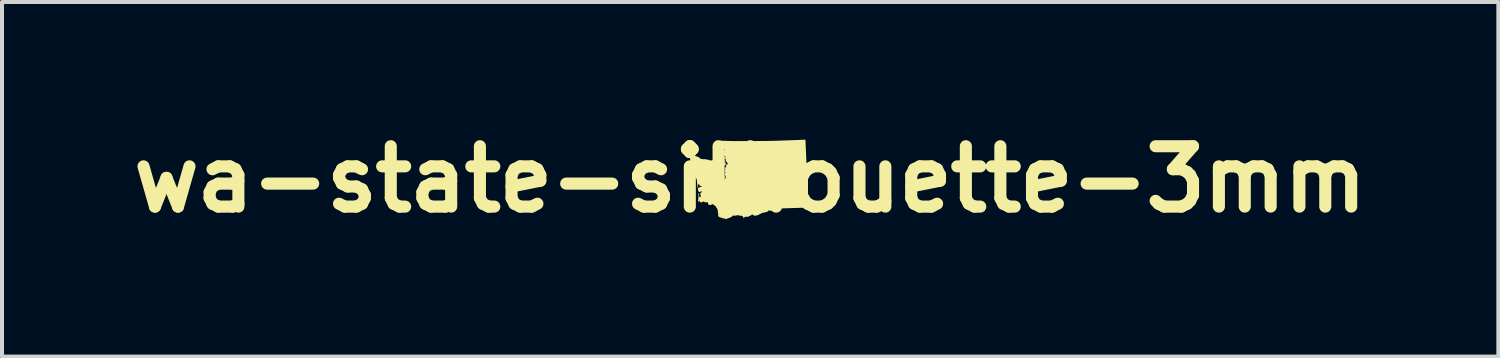
<source format=kicad_pcb>
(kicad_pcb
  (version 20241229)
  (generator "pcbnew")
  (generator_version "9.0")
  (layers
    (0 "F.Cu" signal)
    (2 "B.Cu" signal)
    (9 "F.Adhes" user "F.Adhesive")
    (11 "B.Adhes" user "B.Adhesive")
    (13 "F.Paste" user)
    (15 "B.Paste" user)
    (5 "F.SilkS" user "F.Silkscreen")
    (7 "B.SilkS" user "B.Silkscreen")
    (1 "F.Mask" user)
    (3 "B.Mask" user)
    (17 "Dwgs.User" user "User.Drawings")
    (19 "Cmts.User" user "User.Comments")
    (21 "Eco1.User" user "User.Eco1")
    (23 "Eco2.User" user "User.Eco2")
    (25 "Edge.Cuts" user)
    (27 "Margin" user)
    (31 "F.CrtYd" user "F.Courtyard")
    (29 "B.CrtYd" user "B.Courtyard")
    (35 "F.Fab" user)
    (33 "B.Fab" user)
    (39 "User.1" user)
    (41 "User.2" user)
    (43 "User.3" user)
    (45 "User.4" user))
  (footprint "wa-state-silhouette-3mm"
    (layer "F.Cu")
    (at 15.586 1.404)
    (property "Reference" "wa-state-silhouette-3mm" (at 0 0 0) (layer "F.SilkS") (effects (font (size 1.5 1.5) (thickness 0.3))))
    (attr board_only exclude_from_pos_files exclude_from_bom)
    (fp_poly (pts (xy -0.883 0.654) (xy -0.885 0.656) (xy -0.887 0.654) (xy -0.885 0.653)) (stroke (width 0) (type solid)) (fill yes) (layer "F.SilkS"))
    (fp_poly (pts (xy -0.847 0.687) (xy -0.849 0.689) (xy -0.851 0.687) (xy -0.849 0.685)) (stroke (width 0) (type solid)) (fill yes) (layer "F.SilkS"))
    (fp_poly (pts (xy -0.732 -0.59) (xy -0.734 -0.588) (xy -0.736 -0.59) (xy -0.734 -0.591)) (stroke (width 0) (type solid)) (fill yes) (layer "F.SilkS"))
    (fp_poly (pts (xy -0.692 -0.73) (xy -0.694 -0.728) (xy -0.696 -0.73) (xy -0.694 -0.732)) (stroke (width 0) (type solid)) (fill yes) (layer "F.SilkS"))
    (fp_poly (pts (xy -0.689 -0.81) (xy -0.691 -0.808) (xy -0.692 -0.81) (xy -0.691 -0.811)) (stroke (width 0) (type solid)) (fill yes) (layer "F.SilkS"))
    (fp_poly (pts (xy -0.674 -0.6) (xy -0.676 -0.599) (xy -0.678 -0.6) (xy -0.676 -0.602)) (stroke (width 0) (type solid)) (fill yes) (layer "F.SilkS"))
    (fp_poly (pts (xy -0.66 -0.68) (xy -0.662 -0.678) (xy -0.663 -0.68) (xy -0.662 -0.682)) (stroke (width 0) (type solid)) (fill yes) (layer "F.SilkS"))
    (fp_poly (pts (xy -0.642 -0.719) (xy -0.644 -0.718) (xy -0.645 -0.719) (xy -0.644 -0.721)) (stroke (width 0) (type solid)) (fill yes) (layer "F.SilkS"))
    (fp_poly (pts (xy -0.595 -0.406) (xy -0.592 -0.403) (xy -0.588 -0.397) (xy -0.59 -0.395) (xy -0.594 -0.396) (xy -0.598 -0.4) (xy -0.599 -0.403) (xy -0.598 -0.407)) (stroke (width 0) (type solid)) (fill yes) (layer "F.SilkS"))
    (fp_poly (pts (xy -0.716 -0.747) (xy -0.714 -0.743) (xy -0.713 -0.737) (xy -0.716 -0.736) (xy -0.724 -0.739) (xy -0.726 -0.74) (xy -0.731 -0.743) (xy -0.729 -0.746) (xy -0.728 -0.747) (xy -0.721 -0.75)) (stroke (width 0) (type solid)) (fill yes) (layer "F.SilkS"))
    (fp_poly (pts (xy -0.852 -0.96) (xy -0.842 -0.956) (xy -0.837 -0.949) (xy -0.837 -0.947) (xy -0.84 -0.946) (xy -0.848 -0.945) (xy -0.849 -0.945) (xy -0.858 -0.945) (xy -0.861 -0.948) (xy -0.862 -0.953) (xy -0.861 -0.959) (xy -0.856 -0.961)) (stroke (width 0) (type solid)) (fill yes) (layer "F.SilkS"))
    (fp_poly (pts (xy -0.843 -0.803) (xy -0.84 -0.797) (xy -0.84 -0.796) (xy -0.842 -0.787) (xy -0.847 -0.78) (xy -0.852 -0.779) (xy -0.854 -0.782) (xy -0.855 -0.784) (xy -0.857 -0.789) (xy -0.86 -0.79) (xy -0.865 -0.791) (xy -0.863 -0.795) (xy -0.859 -0.799) (xy -0.85 -0.804)) (stroke (width 0) (type solid)) (fill yes) (layer "F.SilkS"))
    (fp_poly (pts (xy -0.73 -0.736) (xy -0.725 -0.729) (xy -0.722 -0.722) (xy -0.719 -0.713) (xy -0.721 -0.707) (xy -0.727 -0.701) (xy -0.734 -0.701) (xy -0.741 -0.707) (xy -0.742 -0.709) (xy -0.746 -0.72) (xy -0.745 -0.727) (xy -0.74 -0.733) (xy -0.74 -0.733) (xy -0.735 -0.737)) (stroke (width 0) (type solid)) (fill yes) (layer "F.SilkS"))
    (fp_poly (pts (xy -0.921 -0.789) (xy -0.912 -0.786) (xy -0.902 -0.781) (xy -0.893 -0.774) (xy -0.887 -0.768) (xy -0.881 -0.759) (xy -0.88 -0.754) (xy -0.884 -0.754) (xy -0.893 -0.758) (xy -0.907 -0.767) (xy -0.908 -0.768) (xy -0.919 -0.775) (xy -0.927 -0.782) (xy -0.93 -0.786) (xy -0.93 -0.786) (xy -0.928 -0.789)) (stroke (width 0) (type solid)) (fill yes) (layer "F.SilkS"))
    (fp_poly (pts (xy -0.708 -0.727) (xy -0.703 -0.721) (xy -0.696 -0.714) (xy -0.689 -0.706) (xy -0.684 -0.699) (xy -0.682 -0.694) (xy -0.682 -0.694) (xy -0.683 -0.69) (xy -0.686 -0.692) (xy -0.694 -0.694) (xy -0.701 -0.693) (xy -0.708 -0.691) (xy -0.712 -0.692) (xy -0.712 -0.696) (xy -0.712 -0.705) (xy -0.712 -0.715) (xy -0.711 -0.724) (xy -0.711 -0.727)) (stroke (width 0) (type solid)) (fill yes) (layer "F.SilkS"))
    (fp_poly (pts (xy -0.719 -0.807) (xy -0.716 -0.801) (xy -0.708 -0.79) (xy -0.699 -0.779) (xy -0.699 -0.779) (xy -0.692 -0.77) (xy -0.689 -0.763) (xy -0.69 -0.758) (xy -0.692 -0.757) (xy -0.697 -0.76) (xy -0.704 -0.765) (xy -0.705 -0.767) (xy -0.713 -0.776) (xy -0.718 -0.786) (xy -0.718 -0.787) (xy -0.722 -0.794) (xy -0.727 -0.797) (xy -0.731 -0.8) (xy -0.731 -0.806) (xy -0.729 -0.813) (xy -0.725 -0.814)) (stroke (width 0) (type solid)) (fill yes) (layer "F.SilkS"))
    (fp_poly (pts (xy -0.797 -0.799) (xy -0.787 -0.795) (xy -0.773 -0.787) (xy -0.755 -0.775) (xy -0.742 -0.767) (xy -0.755 -0.756) (xy -0.764 -0.746) (xy -0.766 -0.736) (xy -0.762 -0.724) (xy -0.76 -0.72) (xy -0.756 -0.712) (xy -0.756 -0.706) (xy -0.757 -0.705) (xy -0.76 -0.697) (xy -0.76 -0.692) (xy -0.76 -0.683) (xy -0.767 -0.674) (xy -0.767 -0.673) (xy -0.773 -0.666) (xy -0.775 -0.66) (xy -0.773 -0.652) (xy -0.772 -0.651) (xy -0.769 -0.642) (xy -0.768 -0.637) (xy -0.769 -0.637) (xy -0.773 -0.635) (xy -0.781 -0.634) (xy -0.786 -0.633) (xy -0.797 -0.632) (xy -0.802 -0.633) (xy -0.805 -0.636) (xy -0.805 -0.638) (xy -0.809 -0.644) (xy -0.812 -0.645) (xy -0.815 -0.646) (xy -0.816 -0.65) (xy -0.816 -0.655) (xy -0.82 -0.654) (xy -0.822 -0.653) (xy -0.831 -0.651) (xy -0.844 -0.654) (xy -0.859 -0.66) (xy -0.874 -0.668) (xy -0.883 -0.674) (xy -0.889 -0.677) (xy -0.89 -0.678) (xy -0.894 -0.681) (xy -0.898 -0.688) (xy -0.902 -0.696) (xy -0.904 -0.702) (xy -0.903 -0.703) (xy -0.904 -0.708) (xy -0.905 -0.709) (xy -0.908 -0.714) (xy -0.909 -0.719) (xy -0.91 -0.726) (xy -0.913 -0.729) (xy -0.915 -0.733) (xy -0.915 -0.74) (xy -0.911 -0.747) (xy -0.906 -0.751) (xy -0.906 -0.751) (xy -0.896 -0.751) (xy -0.886 -0.75) (xy -0.879 -0.747) (xy -0.876 -0.744) (xy -0.874 -0.739) (xy -0.867 -0.731) (xy -0.859 -0.723) (xy -0.851 -0.717) (xy -0.845 -0.715) (xy -0.845 -0.715) (xy -0.84 -0.718) (xy -0.841 -0.721) (xy -0.848 -0.724) (xy -0.853 -0.727) (xy -0.853 -0.731) (xy -0.854 -0.737) (xy -0.857 -0.741) (xy -0.859 -0.743) (xy -0.86 -0.745) (xy -0.86 -0.748) (xy -0.856 -0.752) (xy -0.849 -0.76) (xy -0.839 -0.771) (xy -0.829 -0.782) (xy -0.82 -0.791) (xy -0.813 -0.797) (xy -0.805 -0.8)) (stroke (width 0) (type solid)) (fill yes) (layer "F.SilkS"))
    (fp_poly (pts (xy 1.372 -0.975) (xy 1.372 -0.968) (xy 1.373 -0.955) (xy 1.374 -0.938) (xy 1.375 -0.919) (xy 1.376 -0.91) (xy 1.376 -0.893) (xy 1.377 -0.869) (xy 1.378 -0.842) (xy 1.38 -0.811) (xy 1.381 -0.779) (xy 1.383 -0.748) (xy 1.383 -0.741) (xy 1.384 -0.706) (xy 1.386 -0.667) (xy 1.388 -0.626) (xy 1.389 -0.586) (xy 1.391 -0.549) (xy 1.392 -0.521) (xy 1.393 -0.491) (xy 1.395 -0.456) (xy 1.396 -0.417) (xy 1.398 -0.377) (xy 1.4 -0.336) (xy 1.402 -0.298) (xy 1.403 -0.281) (xy 1.405 -0.248) (xy 1.407 -0.209) (xy 1.409 -0.167) (xy 1.411 -0.121) (xy 1.413 -0.075) (xy 1.416 -0.03) (xy 1.418 0.014) (xy 1.419 0.034) (xy 1.421 0.075) (xy 1.423 0.117) (xy 1.425 0.159) (xy 1.427 0.201) (xy 1.429 0.241) (xy 1.431 0.277) (xy 1.433 0.308) (xy 1.434 0.325) (xy 1.436 0.363) (xy 1.437 0.395) (xy 1.438 0.421) (xy 1.439 0.442) (xy 1.439 0.458) (xy 1.44 0.47) (xy 1.439 0.479) (xy 1.439 0.485) (xy 1.438 0.488) (xy 1.436 0.491) (xy 1.436 0.491) (xy 1.432 0.497) (xy 1.434 0.502) (xy 1.441 0.505) (xy 1.448 0.51) (xy 1.45 0.515) (xy 1.453 0.522) (xy 1.457 0.525) (xy 1.463 0.53) (xy 1.464 0.536) (xy 1.465 0.542) (xy 1.467 0.544) (xy 1.471 0.548) (xy 1.475 0.555) (xy 1.477 0.565) (xy 1.477 0.573) (xy 1.477 0.574) (xy 1.478 0.583) (xy 1.484 0.592) (xy 1.494 0.602) (xy 1.487 0.621) (xy 1.482 0.632) (xy 1.477 0.641) (xy 1.475 0.644) (xy 1.472 0.648) (xy 1.475 0.65) (xy 1.477 0.651) (xy 1.484 0.656) (xy 1.49 0.666) (xy 1.496 0.683) (xy 1.498 0.691) (xy 1.499 0.696) (xy 1.498 0.698) (xy 1.492 0.699) (xy 1.482 0.7) (xy 1.476 0.7) (xy 1.465 0.7) (xy 1.447 0.7) (xy 1.427 0.701) (xy 1.403 0.702) (xy 1.379 0.703) (xy 1.345 0.705) (xy 1.305 0.706) (xy 1.26 0.708) (xy 1.213 0.71) (xy 1.163 0.711) (xy 1.112 0.713) (xy 1.063 0.714) (xy 1.015 0.716) (xy 1.008 0.716) (xy 0.982 0.716) (xy 0.956 0.717) (xy 0.932 0.718) (xy 0.912 0.719) (xy 0.897 0.719) (xy 0.892 0.719) (xy 0.88 0.72) (xy 0.863 0.721) (xy 0.841 0.721) (xy 0.816 0.722) (xy 0.79 0.723) (xy 0.777 0.723) (xy 0.75 0.724) (xy 0.728 0.725) (xy 0.713 0.726) (xy 0.701 0.726) (xy 0.694 0.728) (xy 0.689 0.729) (xy 0.686 0.731) (xy 0.685 0.732) (xy 0.679 0.737) (xy 0.67 0.744) (xy 0.659 0.752) (xy 0.65 0.757) (xy 0.644 0.761) (xy 0.637 0.763) (xy 0.629 0.765) (xy 0.618 0.765) (xy 0.603 0.765) (xy 0.582 0.765) (xy 0.58 0.764) (xy 0.567 0.765) (xy 0.557 0.766) (xy 0.552 0.768) (xy 0.545 0.771) (xy 0.533 0.773) (xy 0.524 0.775) (xy 0.51 0.778) (xy 0.498 0.78) (xy 0.492 0.781) (xy 0.477 0.78) (xy 0.469 0.777) (xy 0.459 0.774) (xy 0.451 0.775) (xy 0.443 0.782) (xy 0.434 0.795) (xy 0.428 0.803) (xy 0.423 0.808) (xy 0.416 0.811) (xy 0.405 0.814) (xy 0.399 0.815) (xy 0.381 0.818) (xy 0.362 0.821) (xy 0.35 0.824) (xy 0.336 0.827) (xy 0.325 0.829) (xy 0.319 0.829) (xy 0.312 0.831) (xy 0.301 0.835) (xy 0.289 0.841) (xy 0.288 0.842) (xy 0.274 0.848) (xy 0.261 0.854) (xy 0.251 0.857) (xy 0.237 0.862) (xy 0.224 0.872) (xy 0.216 0.879) (xy 0.208 0.884) (xy 0.196 0.888) (xy 0.18 0.893) (xy 0.179 0.893) (xy 0.161 0.897) (xy 0.142 0.901) (xy 0.126 0.903) (xy 0.123 0.904) (xy 0.099 0.906) (xy 0.084 0.891) (xy 0.07 0.88) (xy 0.056 0.876) (xy 0.043 0.879) (xy 0.032 0.886) (xy 0.021 0.894) (xy 0.011 0.9) (xy 0.009 0.901) (xy -0.012 0.908) (xy -0.027 0.915) (xy -0.038 0.92) (xy -0.046 0.925) (xy -0.051 0.929) (xy -0.058 0.935) (xy -0.063 0.936) (xy -0.069 0.934) (xy -0.069 0.933) (xy -0.078 0.931) (xy -0.091 0.929) (xy -0.106 0.93) (xy -0.121 0.932) (xy -0.132 0.935) (xy -0.138 0.938) (xy -0.143 0.944) (xy -0.144 0.948) (xy -0.147 0.951) (xy -0.155 0.953) (xy -0.164 0.955) (xy -0.171 0.955) (xy -0.173 0.954) (xy -0.176 0.949) (xy -0.177 0.94) (xy -0.177 0.94) (xy -0.179 0.928) (xy -0.184 0.92) (xy -0.191 0.916) (xy -0.192 0.916) (xy -0.198 0.914) (xy -0.207 0.91) (xy -0.211 0.908) (xy -0.221 0.904) (xy -0.231 0.902) (xy -0.244 0.903) (xy -0.248 0.903) (xy -0.262 0.904) (xy -0.272 0.903) (xy -0.282 0.899) (xy -0.288 0.896) (xy -0.305 0.887) (xy -0.325 0.894) (xy -0.346 0.9) (xy -0.368 0.903) (xy -0.388 0.904) (xy -0.404 0.902) (xy -0.42 0.9) (xy -0.435 0.905) (xy -0.447 0.915) (xy -0.45 0.919) (xy -0.456 0.928) (xy -0.463 0.932) (xy -0.463 0.933) (xy -0.472 0.937) (xy -0.476 0.939) (xy -0.483 0.943) (xy -0.493 0.947) (xy -0.496 0.948) (xy -0.508 0.952) (xy -0.52 0.958) (xy -0.521 0.959) (xy -0.534 0.965) (xy -0.547 0.966) (xy -0.557 0.967) (xy -0.563 0.969) (xy -0.564 0.97) (xy -0.57 0.975) (xy -0.58 0.98) (xy -0.591 0.985) (xy -0.6 0.988) (xy -0.603 0.988) (xy -0.613 0.986) (xy -0.619 0.985) (xy -0.627 0.979) (xy -0.631 0.976) (xy -0.636 0.972) (xy -0.643 0.971) (xy -0.653 0.972) (xy -0.666 0.973) (xy -0.675 0.971) (xy -0.675 0.971) (xy -0.683 0.966) (xy -0.695 0.961) (xy -0.708 0.956) (xy -0.722 0.952) (xy -0.733 0.95) (xy -0.738 0.949) (xy -0.745 0.949) (xy -0.746 0.948) (xy -0.749 0.945) (xy -0.751 0.945) (xy -0.756 0.943) (xy -0.765 0.938) (xy -0.776 0.931) (xy -0.786 0.924) (xy -0.793 0.919) (xy -0.795 0.915) (xy -0.796 0.908) (xy -0.796 0.895) (xy -0.795 0.883) (xy -0.794 0.866) (xy -0.794 0.855) (xy -0.796 0.848) (xy -0.797 0.845) (xy -0.8 0.838) (xy -0.802 0.826) (xy -0.803 0.817) (xy -0.805 0.781) (xy -0.812 0.752) (xy -0.821 0.728) (xy -0.827 0.716) (xy -0.832 0.704) (xy -0.835 0.697) (xy -0.839 0.687) (xy -0.846 0.679) (xy -0.855 0.673) (xy -0.865 0.665) (xy -0.871 0.66) (xy -0.892 0.644) (xy -0.908 0.632) (xy -0.92 0.624) (xy -0.93 0.62) (xy -0.938 0.618) (xy -0.945 0.619) (xy -0.946 0.619) (xy -0.953 0.623) (xy -0.956 0.627) (xy -0.956 0.627) (xy -0.958 0.63) (xy -0.959 0.629) (xy -0.964 0.629) (xy -0.973 0.633) (xy -0.975 0.634) (xy -0.984 0.638) (xy -0.995 0.64) (xy -1.006 0.639) (xy -1.025 0.635) (xy -1.037 0.627) (xy -1.044 0.615) (xy -1.046 0.603) (xy -1.047 0.59) (xy -1.053 0.58) (xy -1.056 0.576) (xy -1.063 0.569) (xy -1.068 0.567) (xy -1.074 0.568) (xy -1.075 0.569) (xy -1.084 0.571) (xy -1.097 0.572) (xy -1.112 0.571) (xy -1.126 0.57) (xy -1.135 0.568) (xy -1.142 0.563) (xy -1.143 0.557) (xy -1.145 0.55) (xy -1.148 0.547) (xy -1.153 0.547) (xy -1.154 0.548) (xy -1.157 0.552) (xy -1.163 0.557) (xy -1.163 0.557) (xy -1.172 0.561) (xy -1.181 0.56) (xy -1.186 0.558) (xy -1.193 0.561) (xy -1.202 0.568) (xy -1.202 0.568) (xy -1.214 0.576) (xy -1.223 0.578) (xy -1.224 0.578) (xy -1.231 0.575) (xy -1.239 0.57) (xy -1.244 0.565) (xy -1.246 0.562) (xy -1.246 0.562) (xy -1.247 0.558) (xy -1.249 0.555) (xy -1.254 0.55) (xy -1.255 0.546) (xy -1.258 0.542) (xy -1.264 0.538) (xy -1.27 0.536) (xy -1.274 0.539) (xy -1.276 0.544) (xy -1.282 0.552) (xy -1.289 0.557) (xy -1.295 0.558) (xy -1.298 0.557) (xy -1.298 0.553) (xy -1.296 0.544) (xy -1.295 0.538) (xy -1.292 0.522) (xy -1.289 0.501) (xy -1.287 0.476) (xy -1.285 0.45) (xy -1.285 0.424) (xy -1.285 0.401) (xy -1.285 0.396) (xy -1.286 0.376) (xy -1.286 0.361) (xy -1.285 0.352) (xy -1.282 0.348) (xy -1.278 0.346) (xy -1.278 0.346) (xy -1.273 0.349) (xy -1.271 0.354) (xy -1.273 0.359) (xy -1.273 0.359) (xy -1.274 0.363) (xy -1.271 0.372) (xy -1.271 0.372) (xy -1.268 0.379) (xy -1.267 0.388) (xy -1.267 0.401) (xy -1.268 0.416) (xy -1.269 0.432) (xy -1.269 0.443) (xy -1.268 0.448) (xy -1.266 0.45) (xy -1.264 0.451) (xy -1.26 0.449) (xy -1.259 0.448) (xy -1.259 0.438) (xy -1.257 0.432) (xy -1.254 0.43) (xy -1.251 0.433) (xy -1.249 0.436) (xy -1.247 0.442) (xy -1.244 0.442) (xy -1.239 0.437) (xy -1.232 0.429) (xy -1.225 0.416) (xy -1.223 0.407) (xy -1.226 0.402) (xy -1.226 0.402) (xy -1.229 0.397) (xy -1.23 0.393) (xy -1.232 0.385) (xy -1.237 0.38) (xy -1.242 0.371) (xy -1.244 0.364) (xy -1.241 0.354) (xy -1.237 0.35) (xy -1.231 0.344) (xy -1.23 0.339) (xy -1.227 0.332) (xy -1.223 0.329) (xy -1.216 0.325) (xy -1.207 0.32) (xy -1.207 0.32) (xy -1.197 0.313) (xy -1.206 0.304) (xy -1.215 0.298) (xy -1.22 0.296) (xy -1.222 0.299) (xy -1.222 0.3) (xy -1.224 0.304) (xy -1.23 0.306) (xy -1.237 0.305) (xy -1.241 0.302) (xy -1.243 0.301) (xy -1.243 0.306) (xy -1.243 0.307) (xy -1.242 0.314) (xy -1.245 0.316) (xy -1.253 0.316) (xy -1.254 0.316) (xy -1.264 0.314) (xy -1.271 0.309) (xy -1.271 0.309) (xy -1.277 0.304) (xy -1.28 0.302) (xy -1.288 0.299) (xy -1.292 0.292) (xy -1.294 0.279) (xy -1.295 0.27) (xy -1.296 0.253) (xy -1.298 0.235) (xy -1.3 0.224) (xy -1.303 0.209) (xy -1.303 0.2) (xy -1.302 0.197) (xy -1.296 0.195) (xy -1.29 0.199) (xy -1.286 0.206) (xy -1.284 0.212) (xy -1.282 0.221) (xy -1.279 0.223) (xy -1.276 0.219) (xy -1.275 0.215) (xy -1.269 0.207) (xy -1.258 0.199) (xy -1.244 0.193) (xy -1.235 0.191) (xy -1.222 0.188) (xy -1.211 0.184) (xy -1.21 0.184) (xy -1.203 0.181) (xy -1.202 0.178) (xy -1.206 0.175) (xy -1.206 0.175) (xy -1.214 0.17) (xy -1.22 0.169) (xy -1.228 0.168) (xy -1.232 0.166) (xy -1.241 0.163) (xy -1.249 0.161) (xy -1.256 0.158) (xy -1.257 0.153) (xy -1.257 0.151) (xy -1.257 0.143) (xy -1.263 0.135) (xy -1.273 0.129) (xy -1.285 0.126) (xy -1.287 0.126) (xy -1.298 0.128) (xy -1.303 0.132) (xy -1.303 0.138) (xy -1.303 0.148) (xy -1.301 0.16) (xy -1.299 0.17) (xy -1.297 0.176) (xy -1.298 0.179) (xy -1.305 0.184) (xy -1.307 0.185) (xy -1.319 0.191) (xy -1.317 0.149) (xy -1.317 0.115) (xy -1.319 0.082) (xy -1.323 0.045) (xy -1.329 0.012) (xy -1.333 -0.004) (xy -1.336 -0.015) (xy -1.341 -0.021) (xy -1.343 -0.023) (xy -1.35 -0.031) (xy -1.354 -0.038) (xy -1.357 -0.047) (xy -1.361 -0.052) (xy -1.364 -0.056) (xy -1.366 -0.066) (xy -1.368 -0.082) (xy -1.37 -0.104) (xy -1.37 -0.106) (xy -1.373 -0.138) (xy -1.375 -0.164) (xy -1.378 -0.186) (xy -1.382 -0.208) (xy -1.386 -0.23) (xy -1.392 -0.255) (xy -1.396 -0.268) (xy -1.402 -0.28) (xy -1.408 -0.286) (xy -1.414 -0.289) (xy -1.415 -0.293) (xy -1.414 -0.299) (xy -1.416 -0.307) (xy -1.419 -0.314) (xy -1.422 -0.317) (xy -1.428 -0.32) (xy -1.434 -0.326) (xy -1.44 -0.333) (xy -1.444 -0.339) (xy -1.444 -0.342) (xy -1.446 -0.345) (xy -1.453 -0.35) (xy -1.455 -0.351) (xy -1.463 -0.356) (xy -1.468 -0.363) (xy -1.471 -0.374) (xy -1.474 -0.385) (xy -1.477 -0.393) (xy -1.478 -0.395) (xy -1.48 -0.4) (xy -1.482 -0.411) (xy -1.484 -0.426) (xy -1.486 -0.442) (xy -1.487 -0.459) (xy -1.487 -0.471) (xy -1.489 -0.485) (xy -1.493 -0.5) (xy -1.494 -0.504) (xy -1.501 -0.519) (xy -1.491 -0.528) (xy -1.485 -0.536) (xy -1.483 -0.543) (xy -1.484 -0.548) (xy -1.485 -0.557) (xy -1.483 -0.564) (xy -1.48 -0.569) (xy -1.476 -0.579) (xy -1.473 -0.587) (xy -1.467 -0.606) (xy -1.48 -0.619) (xy -1.489 -0.63) (xy -1.492 -0.637) (xy -1.488 -0.641) (xy -1.478 -0.643) (xy -1.475 -0.642) (xy -1.464 -0.641) (xy -1.456 -0.639) (xy -1.455 -0.638) (xy -1.448 -0.636) (xy -1.445 -0.637) (xy -1.439 -0.636) (xy -1.437 -0.633) (xy -1.434 -0.629) (xy -1.432 -0.629) (xy -1.427 -0.628) (xy -1.424 -0.624) (xy -1.419 -0.618) (xy -1.416 -0.617) (xy -1.412 -0.615) (xy -1.403 -0.609) (xy -1.392 -0.602) (xy -1.388 -0.599) (xy -1.376 -0.59) (xy -1.367 -0.584) (xy -1.361 -0.581) (xy -1.361 -0.581) (xy -1.355 -0.579) (xy -1.346 -0.575) (xy -1.337 -0.57) (xy -1.329 -0.565) (xy -1.325 -0.562) (xy -1.321 -0.561) (xy -1.318 -0.562) (xy -1.313 -0.564) (xy -1.306 -0.561) (xy -1.294 -0.555) (xy -1.282 -0.548) (xy -1.272 -0.543) (xy -1.267 -0.541) (xy -1.26 -0.537) (xy -1.258 -0.533) (xy -1.256 -0.527) (xy -1.248 -0.52) (xy -1.239 -0.514) (xy -1.233 -0.511) (xy -1.215 -0.506) (xy -1.193 -0.502) (xy -1.169 -0.5) (xy -1.145 -0.499) (xy -1.135 -0.5) (xy -1.114 -0.5) (xy -1.099 -0.499) (xy -1.089 -0.494) (xy -1.085 -0.49) (xy -1.08 -0.487) (xy -1.073 -0.485) (xy -1.067 -0.486) (xy -1.066 -0.487) (xy -1.06 -0.49) (xy -1.051 -0.49) (xy -1.043 -0.485) (xy -1.042 -0.485) (xy -1.033 -0.48) (xy -1.025 -0.481) (xy -1.016 -0.483) (xy -1.012 -0.481) (xy -1.012 -0.477) (xy -1.01 -0.473) (xy -1 -0.471) (xy -0.984 -0.469) (xy -0.965 -0.469) (xy -0.951 -0.47) (xy -0.941 -0.471) (xy -0.934 -0.474) (xy -0.927 -0.479) (xy -0.92 -0.486) (xy -0.91 -0.494) (xy -0.901 -0.499) (xy -0.896 -0.501) (xy -0.892 -0.5) (xy -0.894 -0.496) (xy -0.894 -0.496) (xy -0.896 -0.491) (xy -0.893 -0.486) (xy -0.888 -0.482) (xy -0.881 -0.476) (xy -0.876 -0.473) (xy -0.876 -0.472) (xy -0.873 -0.469) (xy -0.869 -0.462) (xy -0.867 -0.459) (xy -0.862 -0.451) (xy -0.858 -0.449) (xy -0.855 -0.449) (xy -0.848 -0.451) (xy -0.837 -0.452) (xy -0.833 -0.452) (xy -0.823 -0.452) (xy -0.818 -0.451) (xy -0.818 -0.446) (xy -0.818 -0.443) (xy -0.817 -0.434) (xy -0.812 -0.43) (xy -0.811 -0.43) (xy -0.803 -0.428) (xy -0.798 -0.429) (xy -0.799 -0.433) (xy -0.8 -0.434) (xy -0.803 -0.44) (xy -0.804 -0.449) (xy -0.804 -0.449) (xy -0.801 -0.461) (xy -0.792 -0.47) (xy -0.778 -0.476) (xy -0.769 -0.477) (xy -0.76 -0.477) (xy -0.756 -0.475) (xy -0.754 -0.469) (xy -0.754 -0.468) (xy -0.754 -0.461) (xy -0.756 -0.458) (xy -0.761 -0.456) (xy -0.766 -0.453) (xy -0.77 -0.449) (xy -0.77 -0.444) (xy -0.766 -0.437) (xy -0.761 -0.429) (xy -0.757 -0.426) (xy -0.754 -0.427) (xy -0.755 -0.433) (xy -0.754 -0.441) (xy -0.748 -0.449) (xy -0.74 -0.454) (xy -0.737 -0.454) (xy -0.731 -0.452) (xy -0.73 -0.444) (xy -0.729 -0.435) (xy -0.728 -0.422) (xy -0.727 -0.417) (xy -0.725 -0.407) (xy -0.726 -0.402) (xy -0.729 -0.4) (xy -0.733 -0.4) (xy -0.74 -0.399) (xy -0.743 -0.397) (xy -0.741 -0.388) (xy -0.736 -0.383) (xy -0.733 -0.382) (xy -0.729 -0.38) (xy -0.729 -0.373) (xy -0.729 -0.371) (xy -0.729 -0.363) (xy -0.726 -0.361) (xy -0.721 -0.358) (xy -0.718 -0.353) (xy -0.716 -0.347) (xy -0.717 -0.346) (xy -0.719 -0.344) (xy -0.719 -0.341) (xy -0.714 -0.336) (xy -0.71 -0.335) (xy -0.704 -0.334) (xy -0.704 -0.33) (xy -0.708 -0.323) (xy -0.716 -0.318) (xy -0.722 -0.319) (xy -0.729 -0.319) (xy -0.731 -0.315) (xy -0.731 -0.311) (xy -0.734 -0.302) (xy -0.743 -0.292) (xy -0.744 -0.29) (xy -0.752 -0.283) (xy -0.757 -0.276) (xy -0.757 -0.274) (xy -0.758 -0.266) (xy -0.759 -0.262) (xy -0.76 -0.255) (xy -0.758 -0.252) (xy -0.755 -0.251) (xy -0.752 -0.257) (xy -0.752 -0.257) (xy -0.748 -0.266) (xy -0.743 -0.271) (xy -0.737 -0.278) (xy -0.732 -0.286) (xy -0.726 -0.295) (xy -0.719 -0.3) (xy -0.712 -0.306) (xy -0.709 -0.311) (xy -0.704 -0.316) (xy -0.699 -0.317) (xy -0.694 -0.319) (xy -0.693 -0.324) (xy -0.694 -0.325) (xy -0.695 -0.334) (xy -0.696 -0.338) (xy -0.698 -0.343) (xy -0.704 -0.35) (xy -0.709 -0.356) (xy -0.709 -0.36) (xy -0.707 -0.362) (xy -0.703 -0.364) (xy -0.699 -0.36) (xy -0.699 -0.36) (xy -0.695 -0.355) (xy -0.692 -0.355) (xy -0.689 -0.355) (xy -0.689 -0.354) (xy -0.686 -0.35) (xy -0.682 -0.35) (xy -0.676 -0.347) (xy -0.67 -0.338) (xy -0.667 -0.327) (xy -0.667 -0.322) (xy -0.665 -0.311) (xy -0.662 -0.302) (xy -0.658 -0.291) (xy -0.657 -0.282) (xy -0.656 -0.271) (xy -0.655 -0.261) (xy -0.655 -0.254) (xy -0.658 -0.251) (xy -0.665 -0.251) (xy -0.668 -0.251) (xy -0.677 -0.251) (xy -0.681 -0.249) (xy -0.681 -0.243) (xy -0.681 -0.242) (xy -0.678 -0.235) (xy -0.673 -0.233) (xy -0.669 -0.233) (xy -0.667 -0.229) (xy -0.668 -0.221) (xy -0.668 -0.216) (xy -0.668 -0.202) (xy -0.665 -0.195) (xy -0.665 -0.194) (xy -0.662 -0.187) (xy -0.662 -0.18) (xy -0.663 -0.171) (xy -0.66 -0.165) (xy -0.658 -0.159) (xy -0.663 -0.155) (xy -0.666 -0.155) (xy -0.674 -0.152) (xy -0.68 -0.145) (xy -0.682 -0.138) (xy -0.678 -0.132) (xy -0.668 -0.126) (xy -0.665 -0.125) (xy -0.655 -0.119) (xy -0.65 -0.114) (xy -0.649 -0.109) (xy -0.648 -0.103) (xy -0.645 -0.101) (xy -0.643 -0.098) (xy -0.643 -0.089) (xy -0.643 -0.083) (xy -0.644 -0.07) (xy -0.641 -0.063) (xy -0.634 -0.058) (xy -0.63 -0.057) (xy -0.623 -0.054) (xy -0.622 -0.05) (xy -0.628 -0.045) (xy -0.631 -0.043) (xy -0.64 -0.038) (xy -0.647 -0.033) (xy -0.655 -0.025) (xy -0.665 -0.02) (xy -0.673 -0.018) (xy -0.678 -0.021) (xy -0.682 -0.028) (xy -0.686 -0.038) (xy -0.691 -0.029) (xy -0.695 -0.018) (xy -0.695 -0.013) (xy -0.689 -0.011) (xy -0.683 -0.01) (xy -0.673 -0.003) (xy -0.666 0.003) (xy -0.656 0.011) (xy -0.65 0.015) (xy -0.646 0.016) (xy -0.643 0.013) (xy -0.641 0.012) (xy -0.637 0.008) (xy -0.638 0.005) (xy -0.644 0.002) (xy -0.65 -0.001) (xy -0.651 -0.004) (xy -0.647 -0.008) (xy -0.639 -0.012) (xy -0.629 -0.018) (xy -0.623 -0.02) (xy -0.613 -0.025) (xy -0.607 -0.031) (xy -0.605 -0.039) (xy -0.607 -0.051) (xy -0.61 -0.063) (xy -0.614 -0.073) (xy -0.619 -0.08) (xy -0.62 -0.081) (xy -0.623 -0.085) (xy -0.621 -0.091) (xy -0.62 -0.093) (xy -0.617 -0.1) (xy -0.619 -0.105) (xy -0.621 -0.107) (xy -0.625 -0.115) (xy -0.628 -0.126) (xy -0.629 -0.13) (xy -0.631 -0.141) (xy -0.634 -0.149) (xy -0.635 -0.15) (xy -0.636 -0.156) (xy -0.632 -0.161) (xy -0.625 -0.164) (xy -0.618 -0.164) (xy -0.611 -0.164) (xy -0.608 -0.165) (xy -0.609 -0.17) (xy -0.613 -0.176) (xy -0.62 -0.182) (xy -0.626 -0.184) (xy -0.626 -0.184) (xy -0.631 -0.187) (xy -0.636 -0.193) (xy -0.639 -0.199) (xy -0.64 -0.203) (xy -0.637 -0.21) (xy -0.631 -0.218) (xy -0.624 -0.231) (xy -0.62 -0.245) (xy -0.621 -0.256) (xy -0.624 -0.262) (xy -0.626 -0.269) (xy -0.624 -0.279) (xy -0.619 -0.29) (xy -0.612 -0.299) (xy -0.603 -0.313) (xy -0.598 -0.329) (xy -0.595 -0.346) (xy -0.593 -0.357) (xy -0.591 -0.364) (xy -0.589 -0.367) (xy -0.586 -0.368) (xy -0.584 -0.368) (xy -0.575 -0.369) (xy -0.569 -0.372) (xy -0.563 -0.375) (xy -0.561 -0.382) (xy -0.561 -0.391) (xy -0.562 -0.403) (xy -0.565 -0.41) (xy -0.57 -0.413) (xy -0.577 -0.42) (xy -0.582 -0.425) (xy -0.586 -0.431) (xy -0.593 -0.439) (xy -0.597 -0.444) (xy -0.604 -0.452) (xy -0.608 -0.46) (xy -0.609 -0.469) (xy -0.609 -0.479) (xy -0.61 -0.491) (xy -0.611 -0.5) (xy -0.613 -0.503) (xy -0.616 -0.508) (xy -0.617 -0.512) (xy -0.62 -0.519) (xy -0.626 -0.523) (xy -0.635 -0.525) (xy -0.64 -0.522) (xy -0.639 -0.515) (xy -0.64 -0.507) (xy -0.646 -0.501) (xy -0.654 -0.495) (xy -0.645 -0.48) (xy -0.636 -0.469) (xy -0.628 -0.458) (xy -0.626 -0.456) (xy -0.617 -0.445) (xy -0.611 -0.435) (xy -0.607 -0.427) (xy -0.608 -0.422) (xy -0.611 -0.423) (xy -0.616 -0.429) (xy -0.625 -0.44) (xy -0.635 -0.451) (xy -0.644 -0.459) (xy -0.651 -0.463) (xy -0.654 -0.463) (xy -0.66 -0.464) (xy -0.665 -0.471) (xy -0.669 -0.481) (xy -0.672 -0.494) (xy -0.674 -0.508) (xy -0.674 -0.521) (xy -0.671 -0.531) (xy -0.669 -0.535) (xy -0.661 -0.539) (xy -0.656 -0.539) (xy -0.65 -0.54) (xy -0.648 -0.543) (xy -0.645 -0.547) (xy -0.642 -0.546) (xy -0.637 -0.543) (xy -0.628 -0.538) (xy -0.623 -0.539) (xy -0.619 -0.545) (xy -0.617 -0.548) (xy -0.615 -0.556) (xy -0.616 -0.562) (xy -0.621 -0.57) (xy -0.627 -0.577) (xy -0.633 -0.58) (xy -0.633 -0.581) (xy -0.639 -0.583) (xy -0.643 -0.588) (xy -0.648 -0.593) (xy -0.651 -0.595) (xy -0.659 -0.598) (xy -0.667 -0.606) (xy -0.673 -0.617) (xy -0.677 -0.628) (xy -0.678 -0.633) (xy -0.679 -0.64) (xy -0.682 -0.644) (xy -0.685 -0.643) (xy -0.685 -0.64) (xy -0.688 -0.634) (xy -0.691 -0.631) (xy -0.696 -0.628) (xy -0.693 -0.623) (xy -0.693 -0.623) (xy -0.69 -0.617) (xy -0.689 -0.607) (xy -0.689 -0.606) (xy -0.687 -0.596) (xy -0.683 -0.591) (xy -0.681 -0.59) (xy -0.674 -0.584) (xy -0.667 -0.575) (xy -0.666 -0.574) (xy -0.662 -0.565) (xy -0.662 -0.56) (xy -0.664 -0.557) (xy -0.67 -0.553) (xy -0.678 -0.552) (xy -0.683 -0.555) (xy -0.688 -0.558) (xy -0.694 -0.559) (xy -0.701 -0.557) (xy -0.703 -0.552) (xy -0.705 -0.546) (xy -0.708 -0.544) (xy -0.714 -0.541) (xy -0.719 -0.534) (xy -0.721 -0.527) (xy -0.718 -0.524) (xy -0.714 -0.523) (xy -0.707 -0.52) (xy -0.7 -0.514) (xy -0.7 -0.514) (xy -0.695 -0.505) (xy -0.69 -0.492) (xy -0.686 -0.479) (xy -0.683 -0.468) (xy -0.683 -0.46) (xy -0.683 -0.459) (xy -0.684 -0.451) (xy -0.682 -0.442) (xy -0.679 -0.432) (xy -0.674 -0.426) (xy -0.672 -0.425) (xy -0.668 -0.427) (xy -0.668 -0.432) (xy -0.669 -0.438) (xy -0.669 -0.447) (xy -0.667 -0.45) (xy -0.661 -0.448) (xy -0.652 -0.44) (xy -0.645 -0.433) (xy -0.635 -0.424) (xy -0.626 -0.417) (xy -0.621 -0.415) (xy -0.617 -0.414) (xy -0.615 -0.412) (xy -0.613 -0.407) (xy -0.611 -0.397) (xy -0.608 -0.382) (xy -0.607 -0.374) (xy -0.607 -0.363) (xy -0.609 -0.357) (xy -0.613 -0.352) (xy -0.615 -0.348) (xy -0.617 -0.343) (xy -0.624 -0.342) (xy -0.626 -0.342) (xy -0.637 -0.346) (xy -0.643 -0.353) (xy -0.643 -0.363) (xy -0.644 -0.373) (xy -0.649 -0.38) (xy -0.657 -0.389) (xy -0.666 -0.382) (xy -0.675 -0.376) (xy -0.68 -0.376) (xy -0.681 -0.382) (xy -0.681 -0.384) (xy -0.681 -0.392) (xy -0.686 -0.397) (xy -0.689 -0.399) (xy -0.698 -0.405) (xy -0.702 -0.41) (xy -0.7 -0.417) (xy -0.7 -0.418) (xy -0.698 -0.425) (xy -0.7 -0.427) (xy -0.702 -0.432) (xy -0.702 -0.444) (xy -0.701 -0.451) (xy -0.7 -0.468) (xy -0.703 -0.479) (xy -0.709 -0.485) (xy -0.718 -0.485) (xy -0.725 -0.484) (xy -0.729 -0.488) (xy -0.73 -0.49) (xy -0.734 -0.496) (xy -0.742 -0.504) (xy -0.746 -0.508) (xy -0.755 -0.515) (xy -0.76 -0.521) (xy -0.761 -0.524) (xy -0.759 -0.53) (xy -0.755 -0.54) (xy -0.748 -0.553) (xy -0.741 -0.567) (xy -0.734 -0.579) (xy -0.732 -0.583) (xy -0.725 -0.594) (xy -0.722 -0.605) (xy -0.721 -0.608) (xy -0.72 -0.618) (xy -0.717 -0.623) (xy -0.715 -0.626) (xy -0.709 -0.626) (xy -0.709 -0.624) (xy -0.705 -0.62) (xy -0.705 -0.62) (xy -0.702 -0.623) (xy -0.701 -0.624) (xy -0.702 -0.627) (xy -0.705 -0.627) (xy -0.709 -0.626) (xy -0.715 -0.626) (xy -0.715 -0.627) (xy -0.717 -0.627) (xy -0.721 -0.63) (xy -0.723 -0.637) (xy -0.722 -0.644) (xy -0.72 -0.647) (xy -0.715 -0.653) (xy -0.716 -0.657) (xy -0.72 -0.662) (xy -0.725 -0.663) (xy -0.728 -0.659) (xy -0.728 -0.658) (xy -0.73 -0.653) (xy -0.732 -0.653) (xy -0.735 -0.656) (xy -0.735 -0.663) (xy -0.733 -0.671) (xy -0.732 -0.675) (xy -0.726 -0.68) (xy -0.721 -0.682) (xy -0.712 -0.683) (xy -0.706 -0.685) (xy -0.696 -0.687) (xy -0.686 -0.683) (xy -0.677 -0.675) (xy -0.674 -0.668) (xy -0.668 -0.658) (xy -0.659 -0.655) (xy -0.652 -0.655) (xy -0.647 -0.659) (xy -0.647 -0.663) (xy -0.649 -0.67) (xy -0.65 -0.681) (xy -0.651 -0.683) (xy -0.653 -0.697) (xy -0.656 -0.705) (xy -0.66 -0.71) (xy -0.664 -0.712) (xy -0.67 -0.714) (xy -0.669 -0.718) (xy -0.668 -0.718) (xy -0.663 -0.72) (xy -0.656 -0.717) (xy -0.655 -0.716) (xy -0.646 -0.712) (xy -0.639 -0.714) (xy -0.631 -0.721) (xy -0.63 -0.729) (xy -0.636 -0.739) (xy -0.643 -0.746) (xy -0.647 -0.753) (xy -0.651 -0.764) (xy -0.653 -0.774) (xy -0.655 -0.787) (xy -0.655 -0.795) (xy -0.653 -0.801) (xy -0.652 -0.804) (xy -0.648 -0.81) (xy -0.649 -0.814) (xy -0.654 -0.82) (xy -0.657 -0.823) (xy -0.665 -0.829) (xy -0.67 -0.833) (xy -0.671 -0.833) (xy -0.676 -0.831) (xy -0.683 -0.825) (xy -0.688 -0.821) (xy -0.696 -0.813) (xy -0.699 -0.809) (xy -0.698 -0.805) (xy -0.695 -0.801) (xy -0.69 -0.793) (xy -0.69 -0.787) (xy -0.692 -0.784) (xy -0.696 -0.785) (xy -0.701 -0.79) (xy -0.71 -0.8) (xy -0.712 -0.81) (xy -0.708 -0.821) (xy -0.708 -0.822) (xy -0.705 -0.829) (xy -0.705 -0.834) (xy -0.709 -0.84) (xy -0.716 -0.846) (xy -0.72 -0.846) (xy -0.721 -0.842) (xy -0.723 -0.837) (xy -0.725 -0.837) (xy -0.726 -0.84) (xy -0.727 -0.848) (xy -0.727 -0.853) (xy -0.727 -0.863) (xy -0.73 -0.87) (xy -0.735 -0.877) (xy -0.742 -0.883) (xy -0.757 -0.897) (xy -0.748 -0.903) (xy -0.742 -0.909) (xy -0.739 -0.916) (xy -0.741 -0.921) (xy -0.746 -0.922) (xy -0.751 -0.922) (xy -0.76 -0.923) (xy -0.764 -0.928) (xy -0.761 -0.936) (xy -0.753 -0.946) (xy -0.752 -0.947) (xy -0.74 -0.959) (xy -0.703 -0.957) (xy -0.657 -0.956) (xy -0.604 -0.954) (xy -0.546 -0.953) (xy -0.481 -0.951) (xy -0.411 -0.95) (xy -0.337 -0.95) (xy -0.258 -0.949) (xy -0.175 -0.949) (xy -0.088 -0.949) (xy 0.001 -0.949) (xy 0.079 -0.95) (xy 0.131 -0.95) (xy 0.182 -0.951) (xy 0.231 -0.951) (xy 0.278 -0.951) (xy 0.321 -0.952) (xy 0.362 -0.952) (xy 0.398 -0.952) (xy 0.429 -0.953) (xy 0.456 -0.953) (xy 0.476 -0.953) (xy 0.49 -0.954) (xy 0.496 -0.954) (xy 0.514 -0.954) (xy 0.538 -0.955) (xy 0.565 -0.956) (xy 0.593 -0.957) (xy 0.62 -0.957) (xy 0.622 -0.957) (xy 0.649 -0.958) (xy 0.677 -0.959) (xy 0.705 -0.96) (xy 0.729 -0.96) (xy 0.749 -0.961) (xy 0.75 -0.961) (xy 0.766 -0.962) (xy 0.789 -0.962) (xy 0.815 -0.963) (xy 0.844 -0.964) (xy 0.875 -0.965) (xy 0.906 -0.966) (xy 0.91 -0.966) (xy 0.944 -0.968) (xy 0.982 -0.969) (xy 1.022 -0.97) (xy 1.064 -0.972) (xy 1.106 -0.974) (xy 1.148 -0.975) (xy 1.189 -0.977) (xy 1.227 -0.978) (xy 1.261 -0.98) (xy 1.291 -0.981) (xy 1.315 -0.982) (xy 1.328 -0.983) (xy 1.37 -0.985)) (stroke (width 0) (type solid)) (fill yes) (layer "F.SilkS")))
  (gr_rect
    (start -3 -3)
    (end 34.171 5.808)
    (stroke (width 0.1) (type default))
    (fill no)
    (layer "Edge.Cuts")))
</source>
